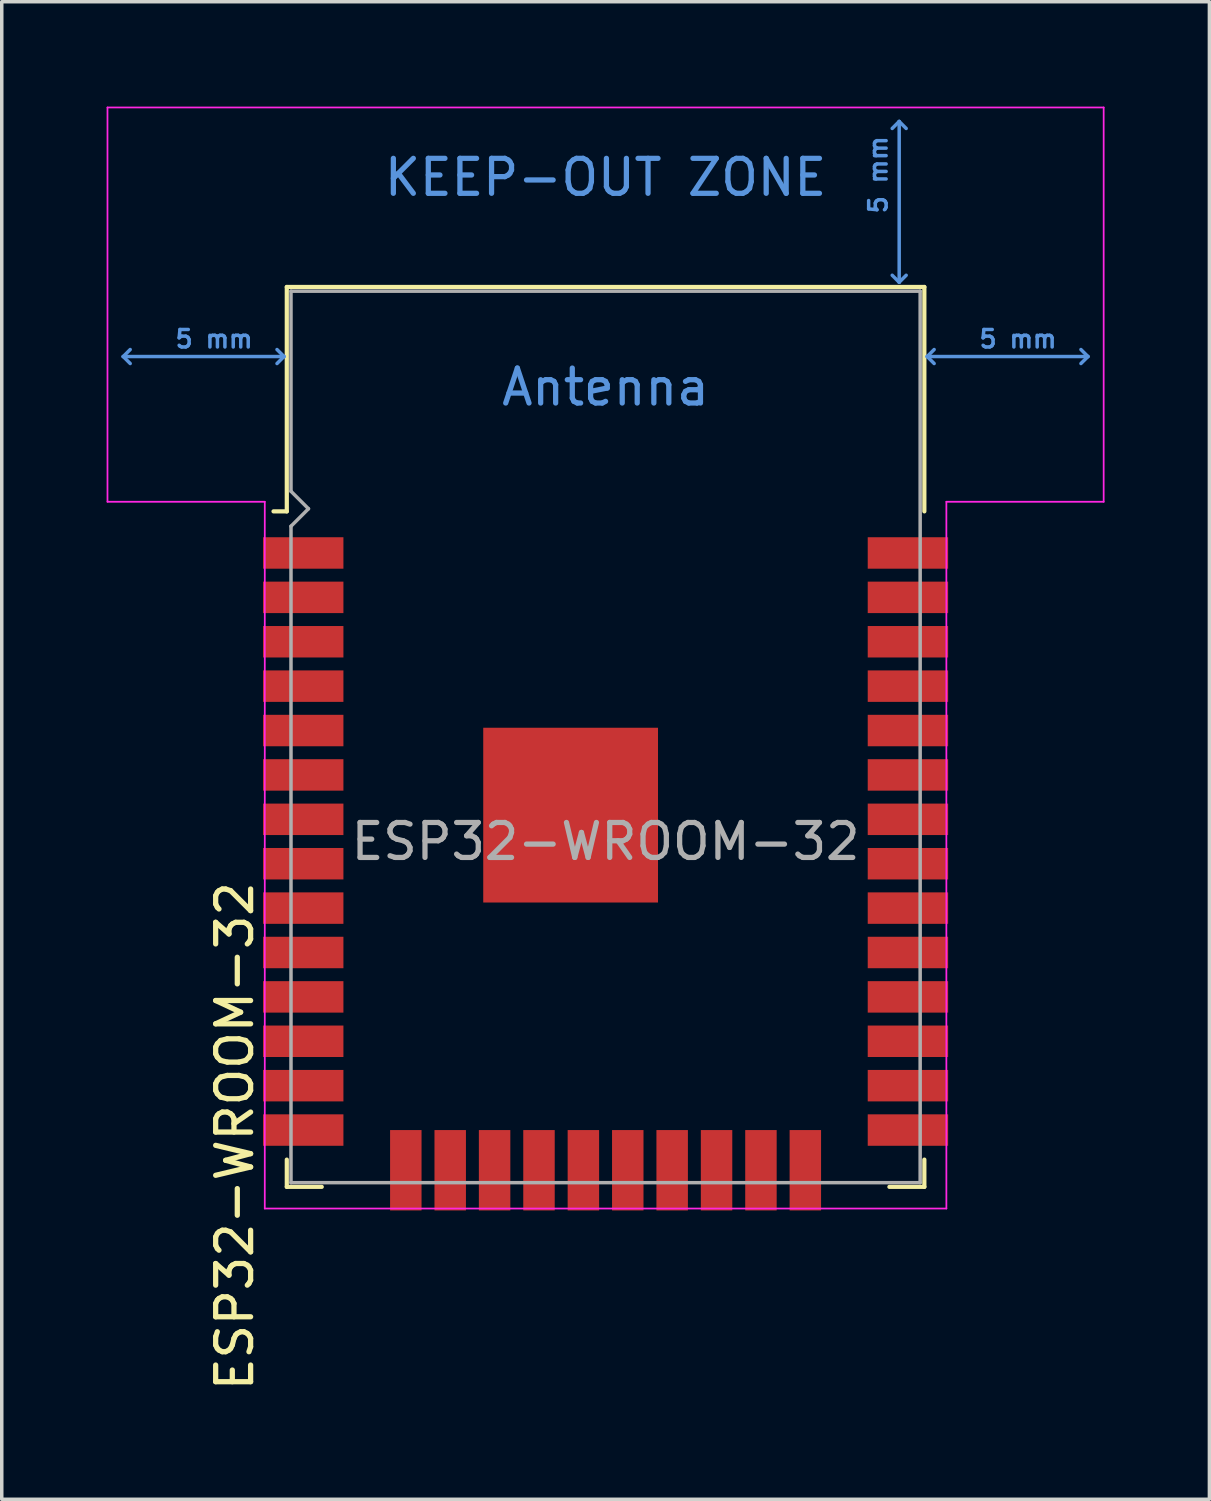
<source format=kicad_pcb>
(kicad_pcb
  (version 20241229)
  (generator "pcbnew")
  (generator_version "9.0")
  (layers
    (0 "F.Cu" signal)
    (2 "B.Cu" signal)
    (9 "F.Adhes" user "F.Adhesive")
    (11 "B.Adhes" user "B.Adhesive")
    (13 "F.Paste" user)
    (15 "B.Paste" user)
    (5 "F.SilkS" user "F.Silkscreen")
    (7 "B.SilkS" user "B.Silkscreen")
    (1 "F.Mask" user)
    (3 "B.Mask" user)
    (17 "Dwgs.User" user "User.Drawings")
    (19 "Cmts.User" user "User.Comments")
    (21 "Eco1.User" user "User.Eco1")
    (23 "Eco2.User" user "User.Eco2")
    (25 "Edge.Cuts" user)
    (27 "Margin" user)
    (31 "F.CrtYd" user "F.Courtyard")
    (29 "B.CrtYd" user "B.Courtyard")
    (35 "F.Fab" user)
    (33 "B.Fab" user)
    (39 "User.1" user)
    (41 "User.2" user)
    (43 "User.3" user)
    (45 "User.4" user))
  (footprint "ESP32-WROOM-32"
    (layer "F.Cu")
    (at 14.275 21.025)
    (property "Reference" "ESP32-WROOM-32" (at -10.61 8.43 90) (layer "F.SilkS") (effects (font (size 1 1) (thickness 0.15))))
    (attr smd)
    (fp_line (start -9.12 -15.865) (end -9.12 -9.445) (stroke (width 0.12) (type solid)) (layer "F.SilkS"))
    (fp_line (start -9.12 -15.865) (end 9.12 -15.865) (stroke (width 0.12) (type solid)) (layer "F.SilkS"))
    (fp_line (start -9.12 -9.445) (end -9.5 -9.445) (stroke (width 0.12) (type solid)) (layer "F.SilkS"))
    (fp_line (start -9.12 9.1) (end -9.12 9.88) (stroke (width 0.12) (type solid)) (layer "F.SilkS"))
    (fp_line (start -9.12 9.88) (end -8.12 9.88) (stroke (width 0.12) (type solid)) (layer "F.SilkS"))
    (fp_line (start 9.12 -15.865) (end 9.12 -9.445) (stroke (width 0.12) (type solid)) (layer "F.SilkS"))
    (fp_line (start 9.12 9.1) (end 9.12 9.88) (stroke (width 0.12) (type solid)) (layer "F.SilkS"))
    (fp_line (start 9.12 9.88) (end 8.12 9.88) (stroke (width 0.12) (type solid)) (layer "F.SilkS"))
    (fp_line (start -13.8 -13.875) (end -13.6 -14.075) (stroke (width 0.1) (type solid)) (layer "Cmts.User"))
    (fp_line (start -13.8 -13.875) (end -13.6 -13.675) (stroke (width 0.1) (type solid)) (layer "Cmts.User"))
    (fp_line (start -13.8 -13.875) (end -9.2 -13.875) (stroke (width 0.1) (type solid)) (layer "Cmts.User"))
    (fp_line (start -9.2 -13.875) (end -9.4 -14.075) (stroke (width 0.1) (type solid)) (layer "Cmts.User"))
    (fp_line (start -9.2 -13.875) (end -9.4 -13.675) (stroke (width 0.1) (type solid)) (layer "Cmts.User"))
    (fp_line (start 8.4 -20.6) (end 8.2 -20.4) (stroke (width 0.1) (type solid)) (layer "Cmts.User"))
    (fp_line (start 8.4 -20.6) (end 8.6 -20.4) (stroke (width 0.1) (type solid)) (layer "Cmts.User"))
    (fp_line (start 8.4 -16) (end 8.2 -16.2) (stroke (width 0.1) (type solid)) (layer "Cmts.User"))
    (fp_line (start 8.4 -16) (end 8.4 -20.6) (stroke (width 0.1) (type solid)) (layer "Cmts.User"))
    (fp_line (start 8.4 -16) (end 8.6 -16.2) (stroke (width 0.1) (type solid)) (layer "Cmts.User"))
    (fp_line (start 9.2 -13.875) (end 9.4 -14.075) (stroke (width 0.1) (type solid)) (layer "Cmts.User"))
    (fp_line (start 9.2 -13.875) (end 9.4 -13.675) (stroke (width 0.1) (type solid)) (layer "Cmts.User"))
    (fp_line (start 9.2 -13.875) (end 13.8 -13.875) (stroke (width 0.1) (type solid)) (layer "Cmts.User"))
    (fp_line (start 13.8 -13.875) (end 13.6 -14.075) (stroke (width 0.1) (type solid)) (layer "Cmts.User"))
    (fp_line (start 13.8 -13.875) (end 13.6 -13.675) (stroke (width 0.1) (type solid)) (layer "Cmts.User"))
    (fp_line (start -14.25 -21) (end -14.25 -9.72) (stroke (width 0.05) (type solid)) (layer "F.CrtYd"))
    (fp_line (start -14.25 -21) (end 14.25 -21) (stroke (width 0.05) (type solid)) (layer "F.CrtYd"))
    (fp_line (start -14.25 -9.72) (end -9.75 -9.72) (stroke (width 0.05) (type solid)) (layer "F.CrtYd"))
    (fp_line (start -9.75 10.5) (end -9.75 -9.72) (stroke (width 0.05) (type solid)) (layer "F.CrtYd"))
    (fp_line (start -9.75 10.5) (end 9.75 10.5) (stroke (width 0.05) (type solid)) (layer "F.CrtYd"))
    (fp_line (start 9.75 -9.72) (end 9.75 10.5) (stroke (width 0.05) (type solid)) (layer "F.CrtYd"))
    (fp_line (start 9.75 -9.72) (end 14.25 -9.72) (stroke (width 0.05) (type solid)) (layer "F.CrtYd"))
    (fp_line (start 14.25 -21) (end 14.25 -9.72) (stroke (width 0.05) (type solid)) (layer "F.CrtYd"))
    (fp_line (start -9 -15.745) (end -9 -10.02) (stroke (width 0.1) (type solid)) (layer "F.Fab"))
    (fp_line (start -9 -15.745) (end 9 -15.745) (stroke (width 0.1) (type solid)) (layer "F.Fab"))
    (fp_line (start -9 -9.02) (end -9 9.76) (stroke (width 0.1) (type solid)) (layer "F.Fab"))
    (fp_line (start -9 -9.02) (end -8.5 -9.52) (stroke (width 0.1) (type solid)) (layer "F.Fab"))
    (fp_line (start -9 9.76) (end 9 9.76) (stroke (width 0.1) (type solid)) (layer "F.Fab"))
    (fp_line (start -8.5 -9.52) (end -9 -10.02) (stroke (width 0.1) (type solid)) (layer "F.Fab"))
    (fp_line (start 9 9.76) (end 9 -15.745) (stroke (width 0.1) (type solid)) (layer "F.Fab"))
    (fp_text user "Antenna" (at 0 -13 0) (layer "Cmts.User") (effects (font (size 1 1) (thickness 0.15))))
    (fp_text user "5 mm" (at 7.8 -19.075 90) (layer "Cmts.User") (effects (font (size 0.5 0.5) (thickness 0.1))))
    (fp_text user "5 mm" (at -11.2 -14.375 0) (layer "Cmts.User") (effects (font (size 0.5 0.5) (thickness 0.1))))
    (fp_text user "5 mm" (at 11.8 -14.375 0) (layer "Cmts.User") (effects (font (size 0.5 0.5) (thickness 0.1))))
    (fp_text user "KEEP-OUT ZONE" (at 0 -19 0) (layer "Cmts.User") (effects (font (size 1 1) (thickness 0.15))))
    (fp_text user "${REFERENCE}" (at 0 0 0) (layer "F.Fab") (effects (font (size 1 1) (thickness 0.15))))
    (pad "1" smd rect (at -8.65 -8.255) (size 2.3 0.9) (layers "F.Cu" "F.Mask" "F.Paste"))
    (pad "2" smd rect (at -8.65 -6.985) (size 2.3 0.9) (layers "F.Cu" "F.Mask" "F.Paste"))
    (pad "3" smd rect (at -8.65 -5.715) (size 2.3 0.9) (layers "F.Cu" "F.Mask" "F.Paste"))
    (pad "4" smd rect (at -8.65 -4.445) (size 2.3 0.9) (layers "F.Cu" "F.Mask" "F.Paste"))
    (pad "5" smd rect (at -8.65 -3.175) (size 2.3 0.9) (layers "F.Cu" "F.Mask" "F.Paste"))
    (pad "6" smd rect (at -8.65 -1.905) (size 2.3 0.9) (layers "F.Cu" "F.Mask" "F.Paste"))
    (pad "7" smd rect (at -8.65 -0.635) (size 2.3 0.9) (layers "F.Cu" "F.Mask" "F.Paste"))
    (pad "8" smd rect (at -8.65 0.635) (size 2.3 0.9) (layers "F.Cu" "F.Mask" "F.Paste"))
    (pad "9" smd rect (at -8.65 1.905) (size 2.3 0.9) (layers "F.Cu" "F.Mask" "F.Paste"))
    (pad "10" smd rect (at -8.65 3.175) (size 2.3 0.9) (layers "F.Cu" "F.Mask" "F.Paste"))
    (pad "11" smd rect (at -8.65 4.445) (size 2.3 0.9) (layers "F.Cu" "F.Mask" "F.Paste"))
    (pad "12" smd rect (at -8.65 5.715) (size 2.3 0.9) (layers "F.Cu" "F.Mask" "F.Paste"))
    (pad "13" smd rect (at -8.65 6.985) (size 2.3 0.9) (layers "F.Cu" "F.Mask" "F.Paste"))
    (pad "14" smd rect (at -8.65 8.255) (size 2.3 0.9) (layers "F.Cu" "F.Mask" "F.Paste"))
    (pad "15" smd rect (at -5.715 9.405 90) (size 2.3 0.9) (layers "F.Cu" "F.Mask" "F.Paste"))
    (pad "16" smd rect (at -4.445 9.405 90) (size 2.3 0.9) (layers "F.Cu" "F.Mask" "F.Paste"))
    (pad "17" smd rect (at -3.175 9.405 90) (size 2.3 0.9) (layers "F.Cu" "F.Mask" "F.Paste"))
    (pad "18" smd rect (at -1.905 9.405 90) (size 2.3 0.9) (layers "F.Cu" "F.Mask" "F.Paste"))
    (pad "19" smd rect (at -0.635 9.405 90) (size 2.3 0.9) (layers "F.Cu" "F.Mask" "F.Paste"))
    (pad "20" smd rect (at 0.635 9.405 90) (size 2.3 0.9) (layers "F.Cu" "F.Mask" "F.Paste"))
    (pad "21" smd rect (at 1.905 9.405 90) (size 2.3 0.9) (layers "F.Cu" "F.Mask" "F.Paste"))
    (pad "22" smd rect (at 3.175 9.405 90) (size 2.3 0.9) (layers "F.Cu" "F.Mask" "F.Paste"))
    (pad "23" smd rect (at 4.445 9.405 90) (size 2.3 0.9) (layers "F.Cu" "F.Mask" "F.Paste"))
    (pad "24" smd rect (at 5.715 9.405 90) (size 2.3 0.9) (layers "F.Cu" "F.Mask" "F.Paste"))
    (pad "25" smd rect (at 8.65 8.255) (size 2.3 0.9) (layers "F.Cu" "F.Mask" "F.Paste"))
    (pad "26" smd rect (at 8.65 6.985) (size 2.3 0.9) (layers "F.Cu" "F.Mask" "F.Paste"))
    (pad "27" smd rect (at 8.65 5.715) (size 2.3 0.9) (layers "F.Cu" "F.Mask" "F.Paste"))
    (pad "28" smd rect (at 8.65 4.445) (size 2.3 0.9) (layers "F.Cu" "F.Mask" "F.Paste"))
    (pad "29" smd rect (at 8.65 3.175) (size 2.3 0.9) (layers "F.Cu" "F.Mask" "F.Paste"))
    (pad "30" smd rect (at 8.65 1.905) (size 2.3 0.9) (layers "F.Cu" "F.Mask" "F.Paste"))
    (pad "31" smd rect (at 8.65 0.635) (size 2.3 0.9) (layers "F.Cu" "F.Mask" "F.Paste"))
    (pad "32" smd rect (at 8.65 -0.635) (size 2.3 0.9) (layers "F.Cu" "F.Mask" "F.Paste"))
    (pad "33" smd rect (at 8.65 -1.905) (size 2.3 0.9) (layers "F.Cu" "F.Mask" "F.Paste"))
    (pad "34" smd rect (at 8.65 -3.175) (size 2.3 0.9) (layers "F.Cu" "F.Mask" "F.Paste"))
    (pad "35" smd rect (at 8.65 -4.445) (size 2.3 0.9) (layers "F.Cu" "F.Mask" "F.Paste"))
    (pad "36" smd rect (at 8.65 -5.715) (size 2.3 0.9) (layers "F.Cu" "F.Mask" "F.Paste"))
    (pad "37" smd rect (at 8.65 -6.985) (size 2.3 0.9) (layers "F.Cu" "F.Mask" "F.Paste"))
    (pad "38" smd rect (at 8.65 -8.255) (size 2.3 0.9) (layers "F.Cu" "F.Mask" "F.Paste"))
    (pad "39" smd rect (at -1 -0.755) (size 5 5) (layers "F.Cu" "F.Mask" "F.Paste"))
    (zone (net_name "") (layers "F.Cu" "B.Cu") (hatch full 0.508) (connect_pads) (min_thickness 0.254) (filled_areas_thickness no) (keepout (tracks not_allowed) (vias not_allowed) (pads not_allowed) (copperpour not_allowed) (footprints not_allowed)) (placement (enabled no)) (fill) (polygon (pts (xy 0.275 11.055) (xy 28.275 11.055) (xy 28.275 0.275) (xy 0.275 0.275)))))
  (gr_rect
    (start -3 -3)
    (end 31.55 39.842)
    (stroke (width 0.1) (type default))
    (fill no)
    (layer "Edge.Cuts")))
</source>
